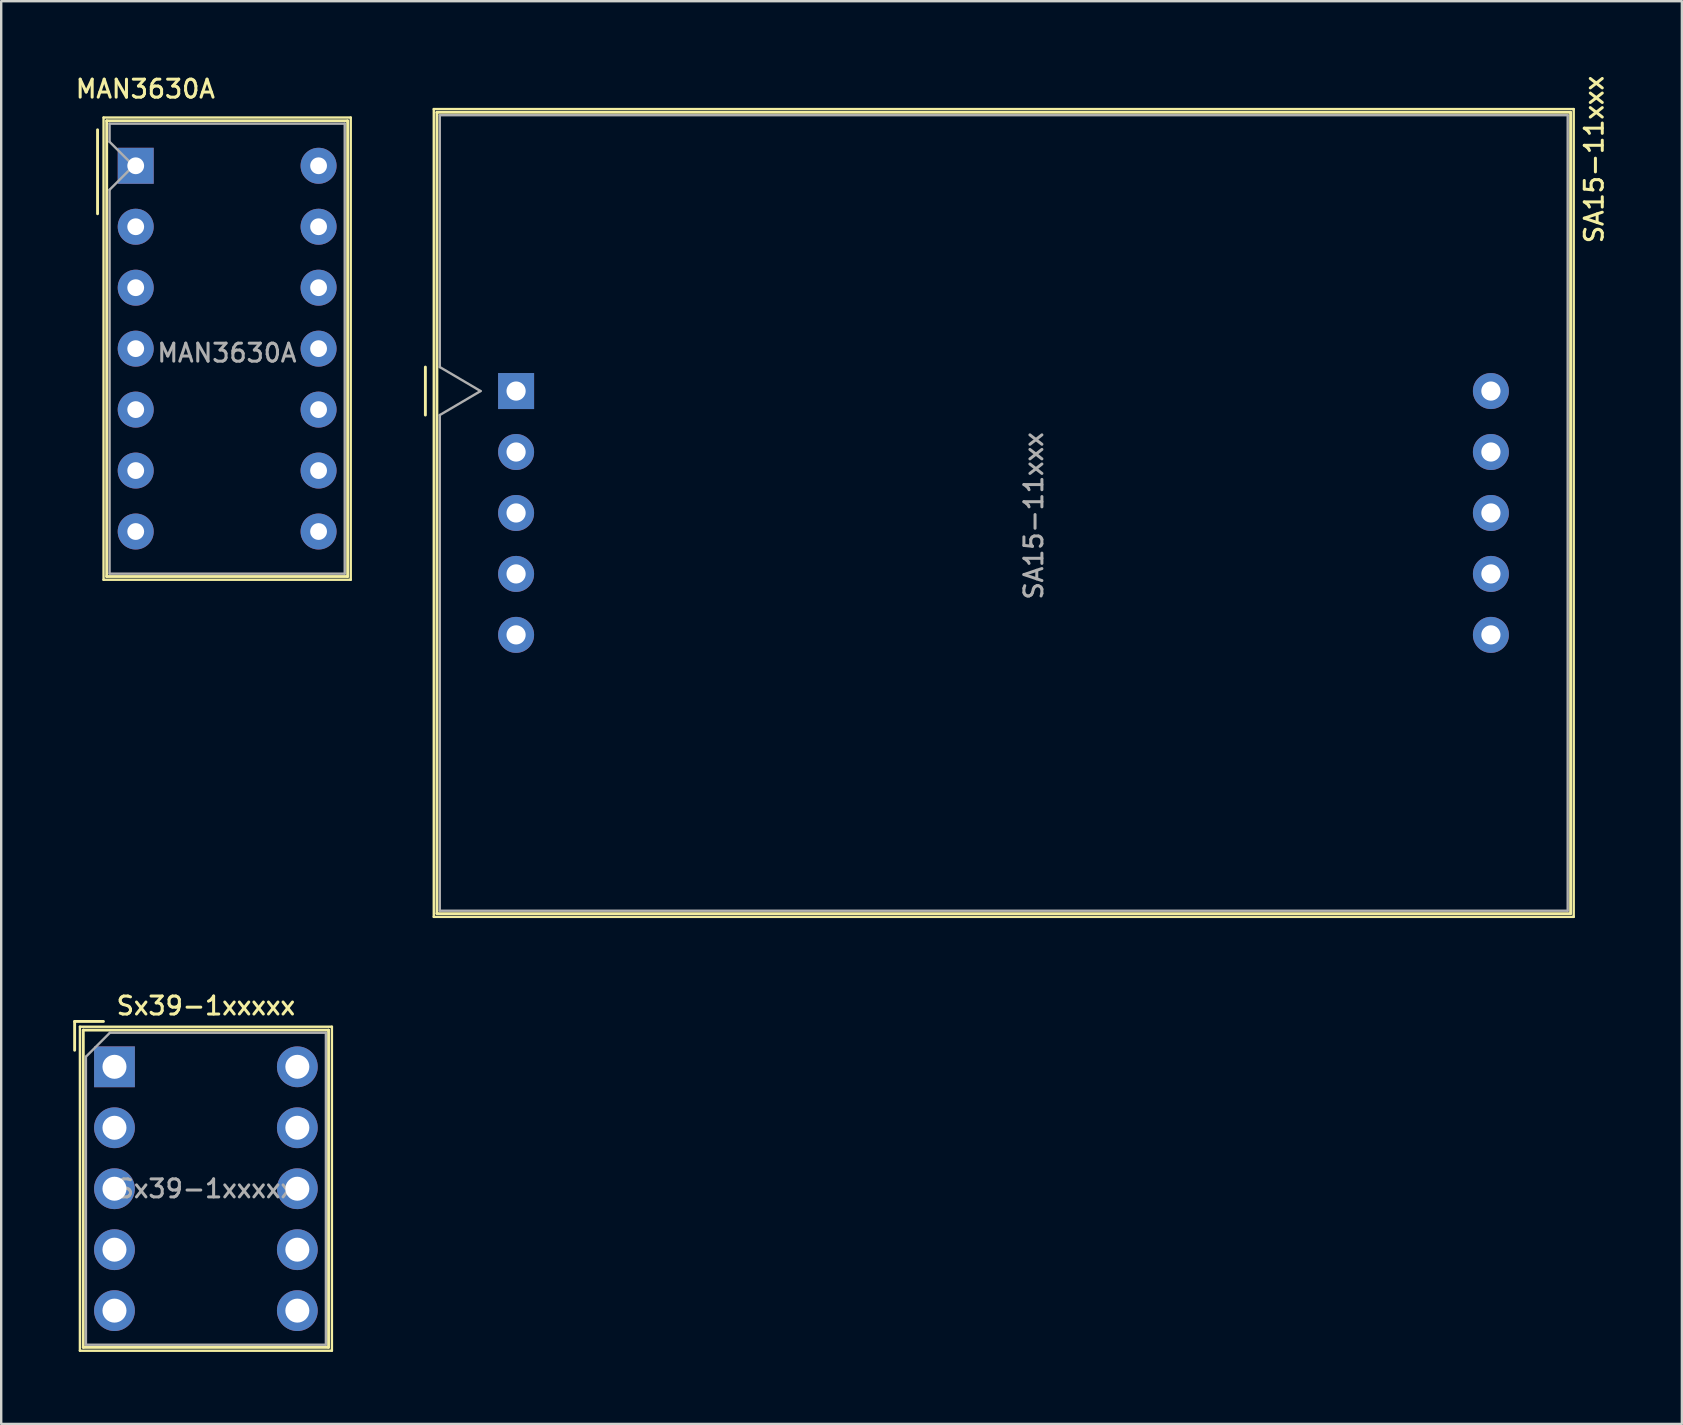
<source format=kicad_pcb>
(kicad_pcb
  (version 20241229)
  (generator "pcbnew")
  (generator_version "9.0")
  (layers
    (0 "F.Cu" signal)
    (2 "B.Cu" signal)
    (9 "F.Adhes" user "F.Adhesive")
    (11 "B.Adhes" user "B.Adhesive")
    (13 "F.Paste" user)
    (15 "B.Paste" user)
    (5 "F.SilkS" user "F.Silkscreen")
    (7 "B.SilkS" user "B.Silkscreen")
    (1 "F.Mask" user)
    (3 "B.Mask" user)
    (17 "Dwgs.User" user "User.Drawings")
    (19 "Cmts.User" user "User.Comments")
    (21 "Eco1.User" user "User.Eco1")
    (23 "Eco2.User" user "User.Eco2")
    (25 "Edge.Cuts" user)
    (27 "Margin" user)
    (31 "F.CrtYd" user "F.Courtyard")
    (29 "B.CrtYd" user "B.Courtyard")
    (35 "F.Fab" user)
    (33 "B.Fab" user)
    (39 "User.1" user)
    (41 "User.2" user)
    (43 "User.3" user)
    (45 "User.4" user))
  (footprint "Sx39-1xxxxx"
    (layer "F.Cu")
    (at 1.72 41.403)
    (property "Reference" "Sx39-1xxxxx" (at 3.81 -2.54 0) (layer "F.SilkS") (effects (font (size 0.75 0.75) (thickness 0.125))))
    (attr through_hole)
    (fp_line (start -1.66 -1.89) (end -0.46 -1.89) (stroke (width 0.12) (type solid)) (layer "F.SilkS"))
    (fp_line (start -1.66 -0.69) (end -1.66 -1.89) (stroke (width 0.12) (type solid)) (layer "F.SilkS"))
    (fp_line (start -1.44 -1.67) (end 9.06 -1.67) (stroke (width 0.1) (type solid)) (layer "F.SilkS"))
    (fp_line (start -1.44 11.83) (end -1.44 -1.67) (stroke (width 0.1) (type solid)) (layer "F.SilkS"))
    (fp_line (start -1.3 -1.53) (end -1.3 11.69) (stroke (width 0.12) (type solid)) (layer "F.SilkS"))
    (fp_line (start -1.3 11.69) (end 8.92 11.69) (stroke (width 0.12) (type solid)) (layer "F.SilkS"))
    (fp_line (start 8.92 -1.53) (end -1.3 -1.53) (stroke (width 0.12) (type solid)) (layer "F.SilkS"))
    (fp_line (start 8.92 11.69) (end 8.92 -1.53) (stroke (width 0.12) (type solid)) (layer "F.SilkS"))
    (fp_line (start 9.06 -1.67) (end 9.06 11.83) (stroke (width 0.1) (type solid)) (layer "F.SilkS"))
    (fp_line (start 9.06 11.83) (end -1.44 11.83) (stroke (width 0.1) (type solid)) (layer "F.SilkS"))
    (fp_line (start -1.19 -0.42) (end -0.19 -1.42) (stroke (width 0.1) (type solid)) (layer "F.Fab"))
    (fp_line (start -1.19 11.58) (end -1.19 -0.42) (stroke (width 0.1) (type solid)) (layer "F.Fab"))
    (fp_line (start -0.19 -1.42) (end 8.81 -1.42) (stroke (width 0.1) (type solid)) (layer "F.Fab"))
    (fp_line (start 8.81 -1.42) (end 8.81 11.58) (stroke (width 0.1) (type solid)) (layer "F.Fab"))
    (fp_line (start 8.81 11.58) (end -1.19 11.58) (stroke (width 0.1) (type solid)) (layer "F.Fab"))
    (fp_text user "${REFERENCE}" (at 3.81 5.08 0) (layer "F.Fab") (effects (font (size 0.75 0.75) (thickness 0.125))))
    (pad "1" thru_hole rect (at 0 0) (size 1.7 1.7) (drill 1) (layers "*.Cu" "*.Mask"))
    (pad "2" thru_hole circle (at 0 2.54) (size 1.7 1.7) (drill 1) (layers "*.Cu" "*.Mask"))
    (pad "3" thru_hole circle (at 0 5.08) (size 1.7 1.7) (drill 1) (layers "*.Cu" "*.Mask"))
    (pad "4" thru_hole circle (at 0 7.62) (size 1.7 1.7) (drill 1) (layers "*.Cu" "*.Mask"))
    (pad "5" thru_hole circle (at 0 10.16) (size 1.7 1.7) (drill 1) (layers "*.Cu" "*.Mask"))
    (pad "6" thru_hole circle (at 7.62 10.16) (size 1.7 1.7) (drill 1) (layers "*.Cu" "*.Mask"))
    (pad "7" thru_hole circle (at 7.62 7.62) (size 1.7 1.7) (drill 1) (layers "*.Cu" "*.Mask"))
    (pad "8" thru_hole circle (at 7.62 5.08) (size 1.7 1.7) (drill 1) (layers "*.Cu" "*.Mask"))
    (pad "9" thru_hole circle (at 7.62 2.54) (size 1.7 1.7) (drill 1) (layers "*.Cu" "*.Mask"))
    (pad "10" thru_hole circle (at 7.62 0) (size 1.7 1.7) (drill 1) (layers "*.Cu" "*.Mask")))
  (footprint "MAN3630A"
    (layer "F.Cu")
    (at 2.605 3.858)
    (property "Reference" "MAN3630A" (at 0.4 -3.2 0) (layer "F.SilkS") (effects (font (size 0.75 0.75) (thickness 0.125))))
    (attr through_hole)
    (fp_line (start -1.59 -1.5) (end -1.59 2) (stroke (width 0.12) (type solid)) (layer "F.SilkS"))
    (fp_line (start -1.34 -2.01) (end 8.96 -2.01) (stroke (width 0.1) (type solid)) (layer "F.SilkS"))
    (fp_line (start -1.34 17.25) (end -1.34 -2.01) (stroke (width 0.1) (type solid)) (layer "F.SilkS"))
    (fp_line (start -1.21 -1.875) (end 8.83 -1.875) (stroke (width 0.12) (type solid)) (layer "F.SilkS"))
    (fp_line (start -1.21 17.115) (end -1.21 -1.875) (stroke (width 0.12) (type solid)) (layer "F.SilkS"))
    (fp_line (start 8.83 -1.875) (end 8.83 17.115) (stroke (width 0.12) (type solid)) (layer "F.SilkS"))
    (fp_line (start 8.83 17.115) (end -1.21 17.115) (stroke (width 0.12) (type solid)) (layer "F.SilkS"))
    (fp_line (start 8.96 -2.01) (end 8.96 17.25) (stroke (width 0.1) (type solid)) (layer "F.SilkS"))
    (fp_line (start 8.96 17.25) (end -1.34 17.25) (stroke (width 0.1) (type solid)) (layer "F.SilkS"))
    (fp_line (start -1.09 -1.755) (end 8.71 -1.755) (stroke (width 0.1) (type solid)) (layer "F.Fab"))
    (fp_line (start -1.09 -1) (end -1.09 -1.755) (stroke (width 0.1) (type solid)) (layer "F.Fab"))
    (fp_line (start -1.09 1) (end -0.09 0) (stroke (width 0.1) (type solid)) (layer "F.Fab"))
    (fp_line (start -1.09 16.995) (end -1.09 1) (stroke (width 0.1) (type solid)) (layer "F.Fab"))
    (fp_line (start -0.09 0) (end -1.09 -1) (stroke (width 0.1) (type solid)) (layer "F.Fab"))
    (fp_line (start 8.71 -1.755) (end 8.71 16.995) (stroke (width 0.1) (type solid)) (layer "F.Fab"))
    (fp_line (start 8.71 16.995) (end -1.09 16.995) (stroke (width 0.1) (type solid)) (layer "F.Fab"))
    (fp_text user "${REFERENCE}" (at 3.8 7.8 0) (layer "F.Fab") (effects (font (size 0.75 0.75) (thickness 0.125))))
    (pad "1" thru_hole rect (at 0 0) (size 1.5 1.5) (drill 0.7) (layers "*.Cu" "*.Mask"))
    (pad "2" thru_hole circle (at 0 2.54) (size 1.5 1.5) (drill 0.7) (layers "*.Cu" "*.Mask"))
    (pad "3" thru_hole circle (at 0 5.08) (size 1.5 1.5) (drill 0.7) (layers "*.Cu" "*.Mask"))
    (pad "4" thru_hole circle (at 0 7.62) (size 1.5 1.5) (drill 0.7) (layers "*.Cu" "*.Mask"))
    (pad "5" thru_hole circle (at 0 10.16) (size 1.5 1.5) (drill 0.7) (layers "*.Cu" "*.Mask"))
    (pad "6" thru_hole circle (at 0 12.7) (size 1.5 1.5) (drill 0.7) (layers "*.Cu" "*.Mask"))
    (pad "7" thru_hole circle (at 0 15.24) (size 1.5 1.5) (drill 0.7) (layers "*.Cu" "*.Mask"))
    (pad "8" thru_hole circle (at 7.62 15.24) (size 1.5 1.5) (drill 0.7) (layers "*.Cu" "*.Mask"))
    (pad "9" thru_hole circle (at 7.62 12.7) (size 1.5 1.5) (drill 0.7) (layers "*.Cu" "*.Mask"))
    (pad "10" thru_hole circle (at 7.62 10.16) (size 1.5 1.5) (drill 0.7) (layers "*.Cu" "*.Mask"))
    (pad "11" thru_hole circle (at 7.62 7.62) (size 1.5 1.5) (drill 0.7) (layers "*.Cu" "*.Mask"))
    (pad "12" thru_hole circle (at 7.62 5.08) (size 1.5 1.5) (drill 0.7) (layers "*.Cu" "*.Mask"))
    (pad "13" thru_hole circle (at 7.62 2.54) (size 1.5 1.5) (drill 0.7) (layers "*.Cu" "*.Mask"))
    (pad "14" thru_hole circle (at 7.62 0) (size 1.5 1.5) (drill 0.7) (layers "*.Cu" "*.Mask")))
  (footprint "SA15-11xxx"
    (layer "F.Cu")
    (at 18.455 13.245)
    (property "Reference" "SA15-11xxx" (at 44.92 -9.65 270) (layer "F.SilkS") (effects (font (size 0.75 0.75) (thickness 0.125))))
    (attr through_hole)
    (fp_line (start -3.78 -1) (end -3.78 1) (stroke (width 0.12) (type solid)) (layer "F.SilkS"))
    (fp_line (start -3.43 -11.75) (end 44.07 -11.75) (stroke (width 0.1) (type solid)) (layer "F.SilkS"))
    (fp_line (start -3.43 21.91) (end -3.43 -11.75) (stroke (width 0.1) (type solid)) (layer "F.SilkS"))
    (fp_line (start -3.3 -11.615) (end 43.94 -11.615) (stroke (width 0.12) (type solid)) (layer "F.SilkS"))
    (fp_line (start -3.3 21.775) (end -3.3 -11.615) (stroke (width 0.12) (type solid)) (layer "F.SilkS"))
    (fp_line (start 43.94 -11.615) (end 43.94 21.775) (stroke (width 0.12) (type solid)) (layer "F.SilkS"))
    (fp_line (start 43.94 21.775) (end -3.3 21.775) (stroke (width 0.12) (type solid)) (layer "F.SilkS"))
    (fp_line (start 44.07 -11.75) (end 44.07 21.91) (stroke (width 0.1) (type solid)) (layer "F.SilkS"))
    (fp_line (start 44.07 21.91) (end -3.43 21.91) (stroke (width 0.1) (type solid)) (layer "F.SilkS"))
    (fp_line (start -3.18 -11.495) (end -3.18 -1) (stroke (width 0.1) (type solid)) (layer "F.Fab"))
    (fp_line (start -3.18 -1) (end -1.48 0) (stroke (width 0.1) (type solid)) (layer "F.Fab"))
    (fp_line (start -3.18 1) (end -3.18 21.655) (stroke (width 0.1) (type solid)) (layer "F.Fab"))
    (fp_line (start -3.18 21.655) (end 43.82 21.655) (stroke (width 0.1) (type solid)) (layer "F.Fab"))
    (fp_line (start -1.48 0) (end -3.18 1) (stroke (width 0.1) (type solid)) (layer "F.Fab"))
    (fp_line (start 43.82 -11.495) (end -3.18 -11.495) (stroke (width 0.1) (type solid)) (layer "F.Fab"))
    (fp_line (start 43.82 21.655) (end 43.82 -11.495) (stroke (width 0.1) (type solid)) (layer "F.Fab"))
    (fp_text user "${REFERENCE}" (at 21.57 5.2 270) (layer "F.Fab") (effects (font (size 0.75 0.75) (thickness 0.125))))
    (pad "1" thru_hole rect (at 0 0 270) (size 1.5 1.5) (drill 0.8) (layers "*.Cu" "*.Mask"))
    (pad "2" thru_hole circle (at 0 2.54 270) (size 1.5 1.5) (drill 0.8) (layers "*.Cu" "*.Mask"))
    (pad "3" thru_hole circle (at 0 5.08 270) (size 1.5 1.5) (drill 0.8) (layers "*.Cu" "*.Mask"))
    (pad "4" thru_hole circle (at 0 7.62 270) (size 1.5 1.5) (drill 0.8) (layers "*.Cu" "*.Mask"))
    (pad "5" thru_hole circle (at 0 10.16 270) (size 1.5 1.5) (drill 0.8) (layers "*.Cu" "*.Mask"))
    (pad "6" thru_hole circle (at 40.62 10.16 270) (size 1.5 1.5) (drill 0.8) (layers "*.Cu" "*.Mask"))
    (pad "7" thru_hole circle (at 40.62 7.62 270) (size 1.5 1.5) (drill 0.8) (layers "*.Cu" "*.Mask"))
    (pad "8" thru_hole circle (at 40.62 5.08 270) (size 1.5 1.5) (drill 0.8) (layers "*.Cu" "*.Mask"))
    (pad "9" thru_hole circle (at 40.62 2.54 270) (size 1.5 1.5) (drill 0.8) (layers "*.Cu" "*.Mask"))
    (pad "10" thru_hole circle (at 40.62 0 270) (size 1.5 1.5) (drill 0.8) (layers "*.Cu" "*.Mask")))
  (gr_rect
    (start -3 -3)
    (end 67.033 56.283)
    (stroke (width 0.1) (type default))
    (fill no)
    (layer "Edge.Cuts")))
</source>
